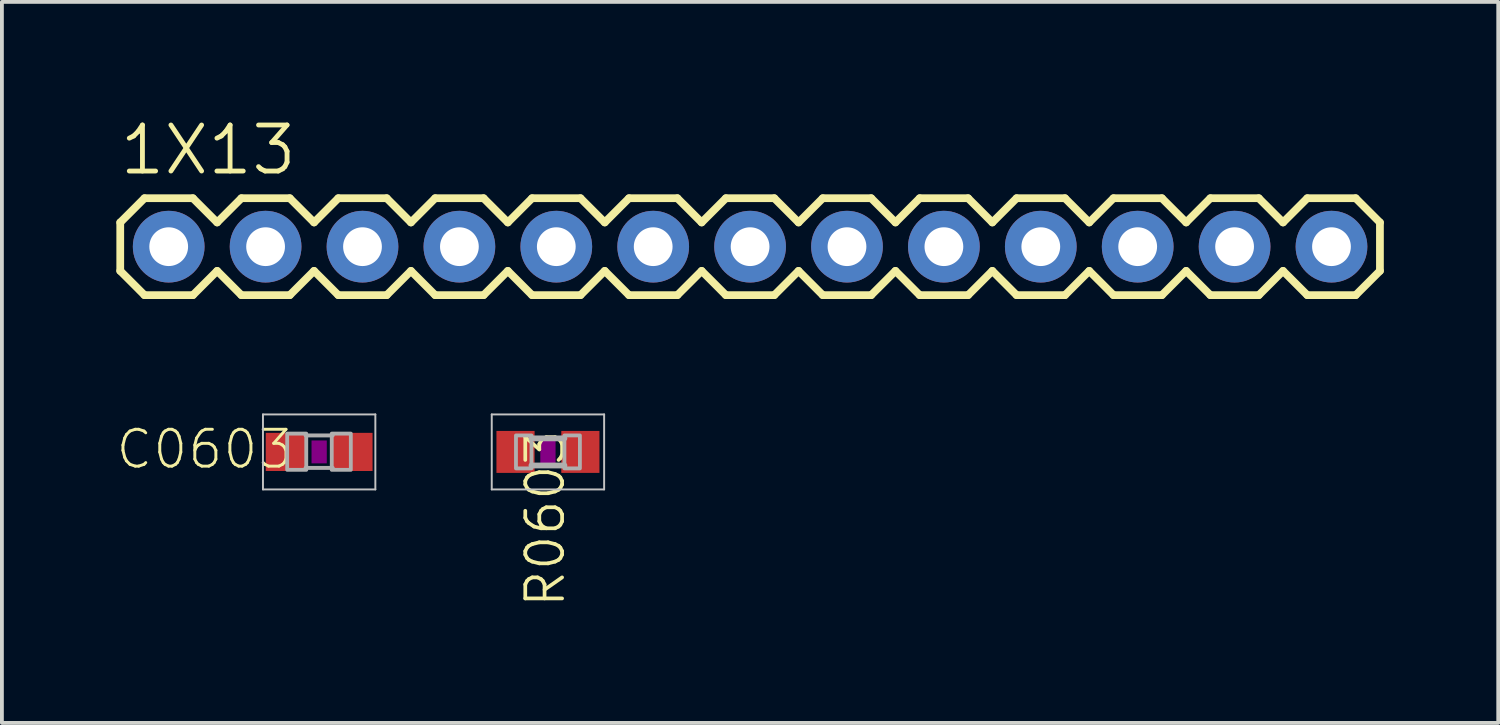
<source format=kicad_pcb>
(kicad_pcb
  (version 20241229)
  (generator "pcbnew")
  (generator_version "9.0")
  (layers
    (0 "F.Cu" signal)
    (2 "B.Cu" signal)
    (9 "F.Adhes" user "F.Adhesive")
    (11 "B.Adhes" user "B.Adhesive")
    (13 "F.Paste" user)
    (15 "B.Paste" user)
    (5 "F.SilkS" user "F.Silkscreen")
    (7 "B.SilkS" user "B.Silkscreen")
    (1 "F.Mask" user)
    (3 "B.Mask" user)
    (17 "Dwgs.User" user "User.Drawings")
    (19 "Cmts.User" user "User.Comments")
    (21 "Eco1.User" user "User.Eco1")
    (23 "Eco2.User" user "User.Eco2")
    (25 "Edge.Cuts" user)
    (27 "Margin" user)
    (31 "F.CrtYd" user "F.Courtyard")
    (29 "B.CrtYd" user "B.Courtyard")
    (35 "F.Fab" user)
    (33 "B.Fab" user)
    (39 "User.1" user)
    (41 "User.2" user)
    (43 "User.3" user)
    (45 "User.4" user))
  (footprint "1X13"
    (layer "F.Cu")
    (at 1.372 3.416)
    (property "Reference" "1X13" (at -1.346 -1.829 0) (layer "F.SilkS") (effects (font (size 1.206 1.206) (thickness 0.127)) (justify left bottom)))
    (attr through_hole)
    (fp_line (start -1.27 -0.635) (end -1.27 0.635) (stroke (width 0.203) (type solid)) (layer "F.SilkS"))
    (fp_line (start -1.27 0.635) (end -0.635 1.27) (stroke (width 0.203) (type solid)) (layer "F.SilkS"))
    (fp_line (start -0.635 -1.27) (end -1.27 -0.635) (stroke (width 0.203) (type solid)) (layer "F.SilkS"))
    (fp_line (start -0.635 -1.27) (end 0.635 -1.27) (stroke (width 0.203) (type solid)) (layer "F.SilkS"))
    (fp_line (start 0.635 -1.27) (end 1.27 -0.635) (stroke (width 0.203) (type solid)) (layer "F.SilkS"))
    (fp_line (start 0.635 1.27) (end -0.635 1.27) (stroke (width 0.203) (type solid)) (layer "F.SilkS"))
    (fp_line (start 1.27 -0.635) (end 1.905 -1.27) (stroke (width 0.203) (type solid)) (layer "F.SilkS"))
    (fp_line (start 1.27 0.635) (end 0.635 1.27) (stroke (width 0.203) (type solid)) (layer "F.SilkS"))
    (fp_line (start 1.905 -1.27) (end 3.175 -1.27) (stroke (width 0.203) (type solid)) (layer "F.SilkS"))
    (fp_line (start 1.905 1.27) (end 1.27 0.635) (stroke (width 0.203) (type solid)) (layer "F.SilkS"))
    (fp_line (start 3.175 -1.27) (end 3.81 -0.635) (stroke (width 0.203) (type solid)) (layer "F.SilkS"))
    (fp_line (start 3.175 1.27) (end 1.905 1.27) (stroke (width 0.203) (type solid)) (layer "F.SilkS"))
    (fp_line (start 3.81 -0.635) (end 4.445 -1.27) (stroke (width 0.203) (type solid)) (layer "F.SilkS"))
    (fp_line (start 3.81 0.635) (end 3.175 1.27) (stroke (width 0.203) (type solid)) (layer "F.SilkS"))
    (fp_line (start 4.445 -1.27) (end 5.715 -1.27) (stroke (width 0.203) (type solid)) (layer "F.SilkS"))
    (fp_line (start 4.445 1.27) (end 3.81 0.635) (stroke (width 0.203) (type solid)) (layer "F.SilkS"))
    (fp_line (start 5.715 -1.27) (end 6.35 -0.635) (stroke (width 0.203) (type solid)) (layer "F.SilkS"))
    (fp_line (start 5.715 1.27) (end 4.445 1.27) (stroke (width 0.203) (type solid)) (layer "F.SilkS"))
    (fp_line (start 6.35 0.635) (end 5.715 1.27) (stroke (width 0.203) (type solid)) (layer "F.SilkS"))
    (fp_line (start 6.35 0.635) (end 6.985 1.27) (stroke (width 0.203) (type solid)) (layer "F.SilkS"))
    (fp_line (start 6.985 -1.27) (end 6.35 -0.635) (stroke (width 0.203) (type solid)) (layer "F.SilkS"))
    (fp_line (start 6.985 -1.27) (end 8.255 -1.27) (stroke (width 0.203) (type solid)) (layer "F.SilkS"))
    (fp_line (start 8.255 -1.27) (end 8.89 -0.635) (stroke (width 0.203) (type solid)) (layer "F.SilkS"))
    (fp_line (start 8.255 1.27) (end 6.985 1.27) (stroke (width 0.203) (type solid)) (layer "F.SilkS"))
    (fp_line (start 8.89 -0.635) (end 9.525 -1.27) (stroke (width 0.203) (type solid)) (layer "F.SilkS"))
    (fp_line (start 8.89 0.635) (end 8.255 1.27) (stroke (width 0.203) (type solid)) (layer "F.SilkS"))
    (fp_line (start 9.525 -1.27) (end 10.795 -1.27) (stroke (width 0.203) (type solid)) (layer "F.SilkS"))
    (fp_line (start 9.525 1.27) (end 8.89 0.635) (stroke (width 0.203) (type solid)) (layer "F.SilkS"))
    (fp_line (start 10.795 -1.27) (end 11.43 -0.635) (stroke (width 0.203) (type solid)) (layer "F.SilkS"))
    (fp_line (start 10.795 1.27) (end 9.525 1.27) (stroke (width 0.203) (type solid)) (layer "F.SilkS"))
    (fp_line (start 11.43 -0.635) (end 12.065 -1.27) (stroke (width 0.203) (type solid)) (layer "F.SilkS"))
    (fp_line (start 11.43 0.635) (end 10.795 1.27) (stroke (width 0.203) (type solid)) (layer "F.SilkS"))
    (fp_line (start 12.065 -1.27) (end 13.335 -1.27) (stroke (width 0.203) (type solid)) (layer "F.SilkS"))
    (fp_line (start 12.065 1.27) (end 11.43 0.635) (stroke (width 0.203) (type solid)) (layer "F.SilkS"))
    (fp_line (start 13.335 -1.27) (end 13.97 -0.635) (stroke (width 0.203) (type solid)) (layer "F.SilkS"))
    (fp_line (start 13.335 1.27) (end 12.065 1.27) (stroke (width 0.203) (type solid)) (layer "F.SilkS"))
    (fp_line (start 13.97 0.635) (end 13.335 1.27) (stroke (width 0.203) (type solid)) (layer "F.SilkS"))
    (fp_line (start 13.97 0.635) (end 14.605 1.27) (stroke (width 0.203) (type solid)) (layer "F.SilkS"))
    (fp_line (start 14.605 -1.27) (end 13.97 -0.635) (stroke (width 0.203) (type solid)) (layer "F.SilkS"))
    (fp_line (start 14.605 -1.27) (end 15.875 -1.27) (stroke (width 0.203) (type solid)) (layer "F.SilkS"))
    (fp_line (start 15.875 -1.27) (end 16.51 -0.635) (stroke (width 0.203) (type solid)) (layer "F.SilkS"))
    (fp_line (start 15.875 1.27) (end 14.605 1.27) (stroke (width 0.203) (type solid)) (layer "F.SilkS"))
    (fp_line (start 16.51 0.635) (end 15.875 1.27) (stroke (width 0.203) (type solid)) (layer "F.SilkS"))
    (fp_line (start 16.51 0.635) (end 17.145 1.27) (stroke (width 0.203) (type solid)) (layer "F.SilkS"))
    (fp_line (start 17.145 -1.27) (end 16.51 -0.635) (stroke (width 0.203) (type solid)) (layer "F.SilkS"))
    (fp_line (start 17.145 -1.27) (end 18.415 -1.27) (stroke (width 0.203) (type solid)) (layer "F.SilkS"))
    (fp_line (start 18.415 -1.27) (end 19.05 -0.635) (stroke (width 0.203) (type solid)) (layer "F.SilkS"))
    (fp_line (start 18.415 1.27) (end 17.145 1.27) (stroke (width 0.203) (type solid)) (layer "F.SilkS"))
    (fp_line (start 19.05 -0.635) (end 19.685 -1.27) (stroke (width 0.203) (type solid)) (layer "F.SilkS"))
    (fp_line (start 19.05 0.635) (end 18.415 1.27) (stroke (width 0.203) (type solid)) (layer "F.SilkS"))
    (fp_line (start 19.685 -1.27) (end 20.955 -1.27) (stroke (width 0.203) (type solid)) (layer "F.SilkS"))
    (fp_line (start 19.685 1.27) (end 19.05 0.635) (stroke (width 0.203) (type solid)) (layer "F.SilkS"))
    (fp_line (start 20.955 -1.27) (end 21.59 -0.635) (stroke (width 0.203) (type solid)) (layer "F.SilkS"))
    (fp_line (start 20.955 1.27) (end 19.685 1.27) (stroke (width 0.203) (type solid)) (layer "F.SilkS"))
    (fp_line (start 21.59 -0.635) (end 22.225 -1.27) (stroke (width 0.203) (type solid)) (layer "F.SilkS"))
    (fp_line (start 21.59 0.635) (end 20.955 1.27) (stroke (width 0.203) (type solid)) (layer "F.SilkS"))
    (fp_line (start 22.225 -1.27) (end 23.495 -1.27) (stroke (width 0.203) (type solid)) (layer "F.SilkS"))
    (fp_line (start 22.225 1.27) (end 21.59 0.635) (stroke (width 0.203) (type solid)) (layer "F.SilkS"))
    (fp_line (start 23.495 -1.27) (end 24.13 -0.635) (stroke (width 0.203) (type solid)) (layer "F.SilkS"))
    (fp_line (start 23.495 1.27) (end 22.225 1.27) (stroke (width 0.203) (type solid)) (layer "F.SilkS"))
    (fp_line (start 24.13 0.635) (end 23.495 1.27) (stroke (width 0.203) (type solid)) (layer "F.SilkS"))
    (fp_line (start 24.13 0.635) (end 24.765 1.27) (stroke (width 0.203) (type solid)) (layer "F.SilkS"))
    (fp_line (start 24.765 -1.27) (end 24.13 -0.635) (stroke (width 0.203) (type solid)) (layer "F.SilkS"))
    (fp_line (start 24.765 -1.27) (end 26.035 -1.27) (stroke (width 0.203) (type solid)) (layer "F.SilkS"))
    (fp_line (start 26.035 -1.27) (end 26.67 -0.635) (stroke (width 0.203) (type solid)) (layer "F.SilkS"))
    (fp_line (start 26.035 1.27) (end 24.765 1.27) (stroke (width 0.203) (type solid)) (layer "F.SilkS"))
    (fp_line (start 26.67 -0.635) (end 27.305 -1.27) (stroke (width 0.203) (type solid)) (layer "F.SilkS"))
    (fp_line (start 26.67 0.635) (end 26.035 1.27) (stroke (width 0.203) (type solid)) (layer "F.SilkS"))
    (fp_line (start 27.305 -1.27) (end 28.575 -1.27) (stroke (width 0.203) (type solid)) (layer "F.SilkS"))
    (fp_line (start 27.305 1.27) (end 26.67 0.635) (stroke (width 0.203) (type solid)) (layer "F.SilkS"))
    (fp_line (start 28.575 -1.27) (end 29.21 -0.635) (stroke (width 0.203) (type solid)) (layer "F.SilkS"))
    (fp_line (start 28.575 1.27) (end 27.305 1.27) (stroke (width 0.203) (type solid)) (layer "F.SilkS"))
    (fp_line (start 29.21 -0.635) (end 29.845 -1.27) (stroke (width 0.203) (type solid)) (layer "F.SilkS"))
    (fp_line (start 29.21 0.635) (end 28.575 1.27) (stroke (width 0.203) (type solid)) (layer "F.SilkS"))
    (fp_line (start 29.845 -1.27) (end 31.115 -1.27) (stroke (width 0.203) (type solid)) (layer "F.SilkS"))
    (fp_line (start 29.845 1.27) (end 29.21 0.635) (stroke (width 0.203) (type solid)) (layer "F.SilkS"))
    (fp_line (start 31.115 -1.27) (end 31.75 -0.635) (stroke (width 0.203) (type solid)) (layer "F.SilkS"))
    (fp_line (start 31.115 1.27) (end 29.845 1.27) (stroke (width 0.203) (type solid)) (layer "F.SilkS"))
    (fp_line (start 31.75 0.635) (end 31.115 1.27) (stroke (width 0.203) (type solid)) (layer "F.SilkS"))
    (fp_line (start 31.75 0.635) (end 31.75 -0.635) (stroke (width 0.203) (type solid)) (layer "F.SilkS"))
    (fp_poly (pts (xy -0.254 0.254) (xy 0.254 0.254) (xy 0.254 -0.254) (xy -0.254 -0.254)) (stroke (width 0.1) (type solid)) (fill no) (layer "F.Fab"))
    (fp_poly (pts (xy 2.286 0.254) (xy 2.794 0.254) (xy 2.794 -0.254) (xy 2.286 -0.254)) (stroke (width 0.1) (type solid)) (fill no) (layer "F.Fab"))
    (fp_poly (pts (xy 4.826 0.254) (xy 5.334 0.254) (xy 5.334 -0.254) (xy 4.826 -0.254)) (stroke (width 0.1) (type solid)) (fill no) (layer "F.Fab"))
    (fp_poly (pts (xy 7.366 0.254) (xy 7.874 0.254) (xy 7.874 -0.254) (xy 7.366 -0.254)) (stroke (width 0.1) (type solid)) (fill no) (layer "F.Fab"))
    (fp_poly (pts (xy 9.906 0.254) (xy 10.414 0.254) (xy 10.414 -0.254) (xy 9.906 -0.254)) (stroke (width 0.1) (type solid)) (fill no) (layer "F.Fab"))
    (fp_poly (pts (xy 12.446 0.254) (xy 12.954 0.254) (xy 12.954 -0.254) (xy 12.446 -0.254)) (stroke (width 0.1) (type solid)) (fill no) (layer "F.Fab"))
    (fp_poly (pts (xy 14.986 0.254) (xy 15.494 0.254) (xy 15.494 -0.254) (xy 14.986 -0.254)) (stroke (width 0.1) (type solid)) (fill no) (layer "F.Fab"))
    (fp_poly (pts (xy 17.526 0.254) (xy 18.034 0.254) (xy 18.034 -0.254) (xy 17.526 -0.254)) (stroke (width 0.1) (type solid)) (fill no) (layer "F.Fab"))
    (fp_poly (pts (xy 20.066 0.254) (xy 20.574 0.254) (xy 20.574 -0.254) (xy 20.066 -0.254)) (stroke (width 0.1) (type solid)) (fill no) (layer "F.Fab"))
    (fp_poly (pts (xy 22.606 0.254) (xy 23.114 0.254) (xy 23.114 -0.254) (xy 22.606 -0.254)) (stroke (width 0.1) (type solid)) (fill no) (layer "F.Fab"))
    (fp_poly (pts (xy 25.146 0.254) (xy 25.654 0.254) (xy 25.654 -0.254) (xy 25.146 -0.254)) (stroke (width 0.1) (type solid)) (fill no) (layer "F.Fab"))
    (fp_poly (pts (xy 27.686 0.254) (xy 28.194 0.254) (xy 28.194 -0.254) (xy 27.686 -0.254)) (stroke (width 0.1) (type solid)) (fill no) (layer "F.Fab"))
    (fp_poly (pts (xy 30.226 0.254) (xy 30.734 0.254) (xy 30.734 -0.254) (xy 30.226 -0.254)) (stroke (width 0.1) (type solid)) (fill no) (layer "F.Fab"))
    (pad "1" thru_hole circle (at 0 0 90) (size 1.88 1.88) (drill 1.016) (layers "*.Cu" "*.Mask"))
    (pad "2" thru_hole circle (at 2.54 0 90) (size 1.88 1.88) (drill 1.016) (layers "*.Cu" "*.Mask"))
    (pad "3" thru_hole circle (at 5.08 0 90) (size 1.88 1.88) (drill 1.016) (layers "*.Cu" "*.Mask"))
    (pad "4" thru_hole circle (at 7.62 0 90) (size 1.88 1.88) (drill 1.016) (layers "*.Cu" "*.Mask"))
    (pad "5" thru_hole circle (at 10.16 0 90) (size 1.88 1.88) (drill 1.016) (layers "*.Cu" "*.Mask"))
    (pad "6" thru_hole circle (at 12.7 0 90) (size 1.88 1.88) (drill 1.016) (layers "*.Cu" "*.Mask"))
    (pad "7" thru_hole circle (at 15.24 0 90) (size 1.88 1.88) (drill 1.016) (layers "*.Cu" "*.Mask"))
    (pad "8" thru_hole circle (at 17.78 0 90) (size 1.88 1.88) (drill 1.016) (layers "*.Cu" "*.Mask"))
    (pad "9" thru_hole circle (at 20.32 0 90) (size 1.88 1.88) (drill 1.016) (layers "*.Cu" "*.Mask"))
    (pad "10" thru_hole circle (at 22.86 0 90) (size 1.88 1.88) (drill 1.016) (layers "*.Cu" "*.Mask"))
    (pad "11" thru_hole circle (at 25.4 0 90) (size 1.88 1.88) (drill 1.016) (layers "*.Cu" "*.Mask"))
    (pad "12" thru_hole circle (at 27.94 0 90) (size 1.88 1.88) (drill 1.016) (layers "*.Cu" "*.Mask"))
    (pad "13" thru_hole circle (at 30.48 0 90) (size 1.88 1.88) (drill 1.016) (layers "*.Cu" "*.Mask")))
  (footprint "C0603"
    (layer "F.Cu")
    (at 5.316 8.796)
    (property "Reference" "C0603" (at -0.635 -0.635 180) (layer "F.SilkS") (effects (font (size 0.965 0.965) (thickness 0.077)) (justify right top)))
    (attr through_hole)
    (fp_poly (pts (xy -0.2 0.3) (xy 0.2 0.3) (xy 0.2 -0.3) (xy -0.2 -0.3)) (stroke (width 0) (type solid)) (fill yes) (layer "F.Adhes"))
    (fp_line (start -1.473 -0.983) (end 1.473 -0.983) (stroke (width 0.051) (type solid)) (layer "Dwgs.User"))
    (fp_line (start -1.473 0.983) (end -1.473 -0.983) (stroke (width 0.051) (type solid)) (layer "Dwgs.User"))
    (fp_line (start 1.473 -0.983) (end 1.473 0.983) (stroke (width 0.051) (type solid)) (layer "Dwgs.User"))
    (fp_line (start 1.473 0.983) (end -1.473 0.983) (stroke (width 0.051) (type solid)) (layer "Dwgs.User"))
    (fp_line (start -0.356 -0.432) (end 0.356 -0.432) (stroke (width 0.102) (type solid)) (layer "F.Fab"))
    (fp_line (start -0.356 0.419) (end 0.356 0.419) (stroke (width 0.102) (type solid)) (layer "F.Fab"))
    (fp_poly (pts (xy -0.838 0.47) (xy -0.338 0.47) (xy -0.338 -0.48) (xy -0.838 -0.48)) (stroke (width 0.1) (type solid)) (fill no) (layer "F.Fab"))
    (fp_poly (pts (xy 0.33 0.47) (xy 0.83 0.47) (xy 0.83 -0.48) (xy 0.33 -0.48)) (stroke (width 0.1) (type solid)) (fill no) (layer "F.Fab"))
    (pad "1" smd rect (at -0.85 0) (size 1.1 1) (layers "F.Cu" "F.Mask" "F.Paste"))
    (pad "2" smd rect (at 0.85 0) (size 1.1 1) (layers "F.Cu" "F.Mask" "F.Paste")))
  (footprint "R0603"
    (layer "F.Cu")
    (at 11.313 8.796)
    (property "Reference" "R0603" (at -0.635 -0.635 90) (layer "F.SilkS") (effects (font (size 0.965 0.965) (thickness 0.097)) (justify right top)))
    (attr through_hole)
    (fp_poly (pts (xy -0.2 0.4) (xy 0.2 0.4) (xy 0.2 -0.4) (xy -0.2 -0.4)) (stroke (width 0) (type solid)) (fill yes) (layer "F.Adhes"))
    (fp_line (start -1.473 -0.983) (end 1.473 -0.983) (stroke (width 0.051) (type solid)) (layer "Dwgs.User"))
    (fp_line (start -1.473 0.983) (end -1.473 -0.983) (stroke (width 0.051) (type solid)) (layer "Dwgs.User"))
    (fp_line (start 1.473 -0.983) (end 1.473 0.983) (stroke (width 0.051) (type solid)) (layer "Dwgs.User"))
    (fp_line (start 1.473 0.983) (end -1.473 0.983) (stroke (width 0.051) (type solid)) (layer "Dwgs.User"))
    (fp_line (start -0.432 0.356) (end 0.432 0.356) (stroke (width 0.152) (type solid)) (layer "F.Fab"))
    (fp_line (start 0.432 -0.356) (end -0.432 -0.356) (stroke (width 0.152) (type solid)) (layer "F.Fab"))
    (fp_poly (pts (xy -0.838 0.432) (xy -0.432 0.432) (xy -0.432 -0.432) (xy -0.838 -0.432)) (stroke (width 0.1) (type solid)) (fill no) (layer "F.Fab"))
    (fp_poly (pts (xy 0.432 0.432) (xy 0.838 0.432) (xy 0.838 -0.432) (xy 0.432 -0.432)) (stroke (width 0.1) (type solid)) (fill no) (layer "F.Fab"))
    (pad "1" smd rect (at -0.85 0) (size 1 1.1) (layers "F.Cu" "F.Mask" "F.Paste"))
    (pad "2" smd rect (at 0.85 0) (size 1 1.1) (layers "F.Cu" "F.Mask" "F.Paste")))
  (gr_rect
    (start -3 -3)
    (end 36.223 15.9)
    (stroke (width 0.1) (type default))
    (fill no)
    (layer "Edge.Cuts")))
</source>
